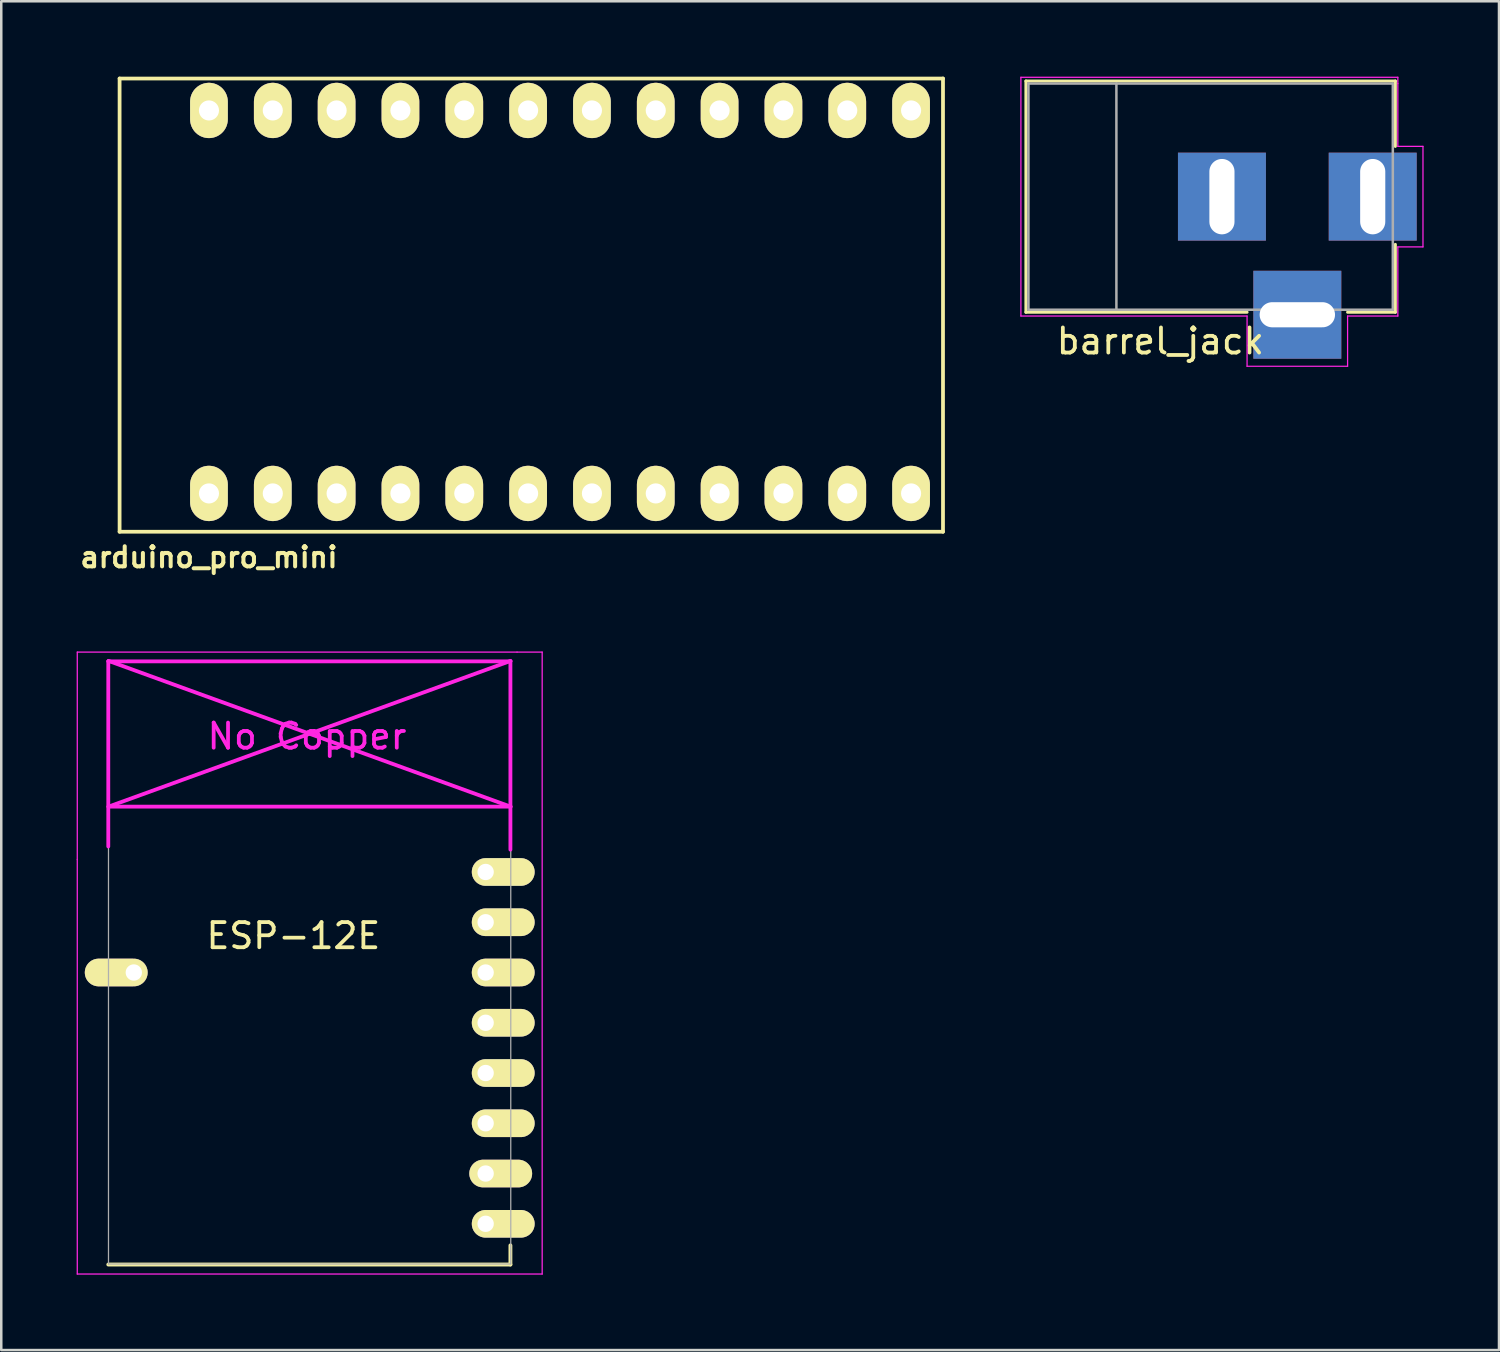
<source format=kicad_pcb>
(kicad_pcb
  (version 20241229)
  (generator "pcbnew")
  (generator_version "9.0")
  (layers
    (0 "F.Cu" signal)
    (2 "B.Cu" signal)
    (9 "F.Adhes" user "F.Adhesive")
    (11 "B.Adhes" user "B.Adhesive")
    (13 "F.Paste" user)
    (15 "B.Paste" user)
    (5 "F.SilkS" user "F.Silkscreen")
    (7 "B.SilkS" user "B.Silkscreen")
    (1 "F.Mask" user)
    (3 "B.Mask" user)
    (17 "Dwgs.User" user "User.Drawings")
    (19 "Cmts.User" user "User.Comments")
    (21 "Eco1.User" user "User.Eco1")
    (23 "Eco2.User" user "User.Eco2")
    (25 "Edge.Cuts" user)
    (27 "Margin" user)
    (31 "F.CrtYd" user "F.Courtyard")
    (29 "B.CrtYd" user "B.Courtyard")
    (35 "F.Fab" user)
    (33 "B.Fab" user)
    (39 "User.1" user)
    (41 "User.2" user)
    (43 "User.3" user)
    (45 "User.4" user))
  (footprint "ESP-12E"
    (layer "F.Cu")
    (at 2.275 31.649)
    (property "Reference" "ESP-12E" (at 6.35 2.54 0) (layer "F.SilkS") (effects (font (size 1 1) (thickness 0.15))))
    (attr through_hole)
    (fp_line (start -1.016 15.621) (end 14.986 15.621) (stroke (width 0.152) (type solid)) (layer "F.SilkS"))
    (fp_line (start 14.986 15.621) (end 14.986 14.859) (stroke (width 0.152) (type solid)) (layer "F.SilkS"))
    (fp_line (start -2.25 -8.75) (end 15.25 -8.75) (stroke (width 0.05) (type solid)) (layer "F.CrtYd"))
    (fp_line (start -2.25 -0.5) (end -2.25 -8.75) (stroke (width 0.05) (type solid)) (layer "F.CrtYd"))
    (fp_line (start -2.25 16) (end -2.25 -0.5) (stroke (width 0.05) (type solid)) (layer "F.CrtYd"))
    (fp_line (start -1.016 -8.382) (end -1.016 -1.016) (stroke (width 0.152) (type solid)) (layer "F.CrtYd"))
    (fp_line (start -1.016 -8.382) (end 14.986 -8.382) (stroke (width 0.152) (type solid)) (layer "F.CrtYd"))
    (fp_line (start -1.008 -8.4) (end 14.992 -2.6) (stroke (width 0.152) (type solid)) (layer "F.CrtYd"))
    (fp_line (start -1.008 -2.6) (end 14.992 -2.6) (stroke (width 0.152) (type solid)) (layer "F.CrtYd"))
    (fp_line (start 14.986 -8.382) (end 14.986 -0.889) (stroke (width 0.152) (type solid)) (layer "F.CrtYd"))
    (fp_line (start 14.992 -8.4) (end -1.008 -2.6) (stroke (width 0.152) (type solid)) (layer "F.CrtYd"))
    (fp_line (start 15.25 -8.75) (end 16.25 -8.75) (stroke (width 0.05) (type solid)) (layer "F.CrtYd"))
    (fp_line (start 16.25 -8.75) (end 16.25 16) (stroke (width 0.05) (type solid)) (layer "F.CrtYd"))
    (fp_line (start 16.25 16) (end -2.25 16) (stroke (width 0.05) (type solid)) (layer "F.CrtYd"))
    (fp_line (start -1.008 -8.4) (end 14.992 -8.4) (stroke (width 0.05) (type solid)) (layer "F.Fab"))
    (fp_line (start -1.008 15.6) (end -1.008 -8.4) (stroke (width 0.05) (type solid)) (layer "F.Fab"))
    (fp_line (start 14.992 15.6) (end -1.008 15.6) (stroke (width 0.05) (type solid)) (layer "F.Fab"))
    (fp_line (start 15 -8.4) (end 15 15.6) (stroke (width 0.05) (type solid)) (layer "F.Fab"))
    (fp_text user "No Copper" (at 6.892 -5.4 0) (layer "F.CrtYd") (effects (font (size 1 1) (thickness 0.15))))
    (pad "3" thru_hole oval (at 0 4) (size 2.5 1.1) (drill 0.65 (offset -0.7 0)) (layers "*.Cu" "*.Mask" "F.SilkS"))
    (pad "9" thru_hole oval (at 14 14) (size 2.5 1.1) (drill 0.65 (offset 0.7 0)) (layers "*.Cu" "*.Mask" "F.SilkS"))
    (pad "10" thru_hole oval (at 14 12) (size 2.5 1.1) (drill 0.65 (offset 0.6 0)) (layers "*.Cu" "*.Mask" "F.SilkS"))
    (pad "11" thru_hole oval (at 14 10) (size 2.5 1.1) (drill 0.65 (offset 0.7 0)) (layers "*.Cu" "*.Mask" "F.SilkS"))
    (pad "12" thru_hole oval (at 14 8) (size 2.5 1.1) (drill 0.65 (offset 0.7 0)) (layers "*.Cu" "*.Mask" "F.SilkS"))
    (pad "13" thru_hole oval (at 14 6) (size 2.5 1.1) (drill 0.65 (offset 0.7 0)) (layers "*.Cu" "*.Mask" "F.SilkS"))
    (pad "14" thru_hole oval (at 14 4) (size 2.5 1.1) (drill 0.65 (offset 0.7 0)) (layers "*.Cu" "*.Mask" "F.SilkS"))
    (pad "15" thru_hole oval (at 14 2) (size 2.5 1.1) (drill 0.65 (offset 0.7 0)) (layers "*.Cu" "*.Mask" "F.SilkS"))
    (pad "16" thru_hole oval (at 14 0) (size 2.5 1.1) (drill 0.65 (offset 0.7 0)) (layers "*.Cu" "*.Mask" "F.SilkS")))
  (footprint "arduino_pro_mini"
    (layer "F.Cu")
    (at 19.235 8.965)
    (property "Reference" "arduino_pro_mini" (at -13.97 10.16 0) (layer "F.SilkS") (effects (font (size 0.8 0.8) (thickness 0.16))))
    (attr through_hole)
    (fp_line (start -17.526 -8.89) (end -17.526 9.144) (stroke (width 0.15) (type solid)) (layer "F.SilkS"))
    (fp_line (start -17.526 -8.89) (end 15.24 -8.89) (stroke (width 0.15) (type solid)) (layer "F.SilkS"))
    (fp_line (start 15.24 9.144) (end -17.526 9.144) (stroke (width 0.15) (type solid)) (layer "F.SilkS"))
    (fp_line (start 15.24 9.144) (end 15.24 -8.89) (stroke (width 0.15) (type solid)) (layer "F.SilkS"))
    (pad "1" thru_hole oval (at -13.97 7.62) (size 1.501 2.2) (drill 0.8) (layers "*.Cu" "*.Mask" "F.SilkS"))
    (pad "2" thru_hole oval (at -11.43 7.62) (size 1.501 2.2) (drill 0.8) (layers "*.Cu" "*.Mask" "F.SilkS"))
    (pad "3" thru_hole oval (at -8.89 7.62) (size 1.501 2.2) (drill 0.8) (layers "*.Cu" "*.Mask" "F.SilkS"))
    (pad "4" thru_hole oval (at -6.35 7.62) (size 1.501 2.2) (drill 0.8) (layers "*.Cu" "*.Mask" "F.SilkS"))
    (pad "5" thru_hole oval (at -3.81 7.62) (size 1.501 2.2) (drill 0.8) (layers "*.Cu" "*.Mask" "F.SilkS"))
    (pad "6" thru_hole oval (at -1.27 7.62) (size 1.501 2.2) (drill 0.8) (layers "*.Cu" "*.Mask" "F.SilkS"))
    (pad "7" thru_hole oval (at 1.27 7.62) (size 1.501 2.2) (drill 0.8) (layers "*.Cu" "*.Mask" "F.SilkS"))
    (pad "8" thru_hole oval (at 3.81 7.62) (size 1.501 2.2) (drill 0.8) (layers "*.Cu" "*.Mask" "F.SilkS"))
    (pad "9" thru_hole oval (at 6.35 7.62) (size 1.501 2.2) (drill 0.8) (layers "*.Cu" "*.Mask" "F.SilkS"))
    (pad "10" thru_hole oval (at 8.89 7.62) (size 1.501 2.2) (drill 0.8) (layers "*.Cu" "*.Mask" "F.SilkS"))
    (pad "11" thru_hole oval (at 11.43 7.62) (size 1.501 2.2) (drill 0.8) (layers "*.Cu" "*.Mask" "F.SilkS"))
    (pad "12" thru_hole oval (at 13.97 7.62) (size 1.501 2.2) (drill 0.8) (layers "*.Cu" "*.Mask" "F.SilkS"))
    (pad "13" thru_hole oval (at 13.97 -7.62) (size 1.501 2.2) (drill 0.8) (layers "*.Cu" "*.Mask" "F.SilkS"))
    (pad "14" thru_hole oval (at 11.43 -7.62) (size 1.501 2.2) (drill 0.8) (layers "*.Cu" "*.Mask" "F.SilkS"))
    (pad "15" thru_hole oval (at 8.89 -7.62) (size 1.501 2.2) (drill 0.8) (layers "*.Cu" "*.Mask" "F.SilkS"))
    (pad "16" thru_hole oval (at 6.35 -7.62) (size 1.501 2.2) (drill 0.8) (layers "*.Cu" "*.Mask" "F.SilkS"))
    (pad "17" thru_hole oval (at 3.81 -7.62) (size 1.501 2.2) (drill 0.8) (layers "*.Cu" "*.Mask" "F.SilkS"))
    (pad "18" thru_hole oval (at 1.27 -7.62) (size 1.501 2.2) (drill 0.8) (layers "*.Cu" "*.Mask" "F.SilkS"))
    (pad "19" thru_hole oval (at -1.27 -7.62) (size 1.501 2.2) (drill 0.8) (layers "*.Cu" "*.Mask" "F.SilkS"))
    (pad "20" thru_hole oval (at -3.81 -7.62) (size 1.501 2.2) (drill 0.8) (layers "*.Cu" "*.Mask" "F.SilkS"))
    (pad "21" thru_hole oval (at -6.35 -7.62) (size 1.501 2.2) (drill 0.8) (layers "*.Cu" "*.Mask" "F.SilkS"))
    (pad "22" thru_hole oval (at -8.89 -7.62) (size 1.501 2.2) (drill 0.8) (layers "*.Cu" "*.Mask" "F.SilkS"))
    (pad "23" thru_hole oval (at -11.43 -7.62) (size 1.501 2.2) (drill 0.8) (layers "*.Cu" "*.Mask" "F.SilkS"))
    (pad "24" thru_hole oval (at -13.97 -7.62) (size 1.501 2.2) (drill 0.8) (layers "*.Cu" "*.Mask" "F.SilkS")))
  (footprint "barrel_jack"
    (layer "F.Cu")
    (at 51.575 4.775)
    (property "Reference" "barrel_jack" (at -8.45 5.75 180) (layer "F.SilkS") (effects (font (size 1 1) (thickness 0.15))))
    (attr through_hole)
    (fp_line (start -13.8 -4.6) (end 0.9 -4.6) (stroke (width 0.12) (type solid)) (layer "F.SilkS"))
    (fp_line (start -13.8 4.6) (end -13.8 -4.6) (stroke (width 0.12) (type solid)) (layer "F.SilkS"))
    (fp_line (start -5 4.6) (end -13.8 4.6) (stroke (width 0.12) (type solid)) (layer "F.SilkS"))
    (fp_line (start 0.9 -4.6) (end 0.9 -2) (stroke (width 0.12) (type solid)) (layer "F.SilkS"))
    (fp_line (start 0.9 1.9) (end 0.9 4.6) (stroke (width 0.12) (type solid)) (layer "F.SilkS"))
    (fp_line (start 0.9 4.6) (end -1 4.6) (stroke (width 0.12) (type solid)) (layer "F.SilkS"))
    (fp_line (start -14 4.75) (end -14 -4.75) (stroke (width 0.05) (type solid)) (layer "F.CrtYd"))
    (fp_line (start -5 4.75) (end -14 4.75) (stroke (width 0.05) (type solid)) (layer "F.CrtYd"))
    (fp_line (start -5 6.75) (end -5 4.75) (stroke (width 0.05) (type solid)) (layer "F.CrtYd"))
    (fp_line (start -1 4.75) (end -1 6.75) (stroke (width 0.05) (type solid)) (layer "F.CrtYd"))
    (fp_line (start -1 6.75) (end -5 6.75) (stroke (width 0.05) (type solid)) (layer "F.CrtYd"))
    (fp_line (start 1 -4.75) (end -14 -4.75) (stroke (width 0.05) (type solid)) (layer "F.CrtYd"))
    (fp_line (start 1 -4.5) (end 1 -4.75) (stroke (width 0.05) (type solid)) (layer "F.CrtYd"))
    (fp_line (start 1 -4.5) (end 1 -2) (stroke (width 0.05) (type solid)) (layer "F.CrtYd"))
    (fp_line (start 1 -2) (end 2 -2) (stroke (width 0.05) (type solid)) (layer "F.CrtYd"))
    (fp_line (start 1 2) (end 1 4.75) (stroke (width 0.05) (type solid)) (layer "F.CrtYd"))
    (fp_line (start 1 4.75) (end -1 4.75) (stroke (width 0.05) (type solid)) (layer "F.CrtYd"))
    (fp_line (start 2 -2) (end 2 2) (stroke (width 0.05) (type solid)) (layer "F.CrtYd"))
    (fp_line (start 2 2) (end 1 2) (stroke (width 0.05) (type solid)) (layer "F.CrtYd"))
    (fp_line (start -13.7 -4.5) (end -13.7 4.5) (stroke (width 0.1) (type solid)) (layer "F.Fab"))
    (fp_line (start -13.7 4.5) (end 0.8 4.5) (stroke (width 0.1) (type solid)) (layer "F.Fab"))
    (fp_line (start -10.2 -4.5) (end -10.2 4.5) (stroke (width 0.1) (type solid)) (layer "F.Fab"))
    (fp_line (start 0.8 -4.5) (end -13.7 -4.5) (stroke (width 0.1) (type solid)) (layer "F.Fab"))
    (fp_line (start 0.8 4.5) (end 0.8 -4.5) (stroke (width 0.1) (type solid)) (layer "F.Fab"))
    (pad "1" thru_hole rect (at 0 0) (size 3.5 3.5) (drill oval 1 3) (layers "*.Cu" "*.Mask"))
    (pad "2" thru_hole rect (at -6 0) (size 3.5 3.5) (drill oval 1 3) (layers "*.Cu" "*.Mask"))
    (pad "3" thru_hole rect (at -3 4.7) (size 3.5 3.5) (drill oval 3 1) (layers "*.Cu" "*.Mask")))
  (gr_rect
    (start -3 -3)
    (end 56.6 50.674)
    (stroke (width 0.1) (type default))
    (fill no)
    (layer "Edge.Cuts")))
</source>
